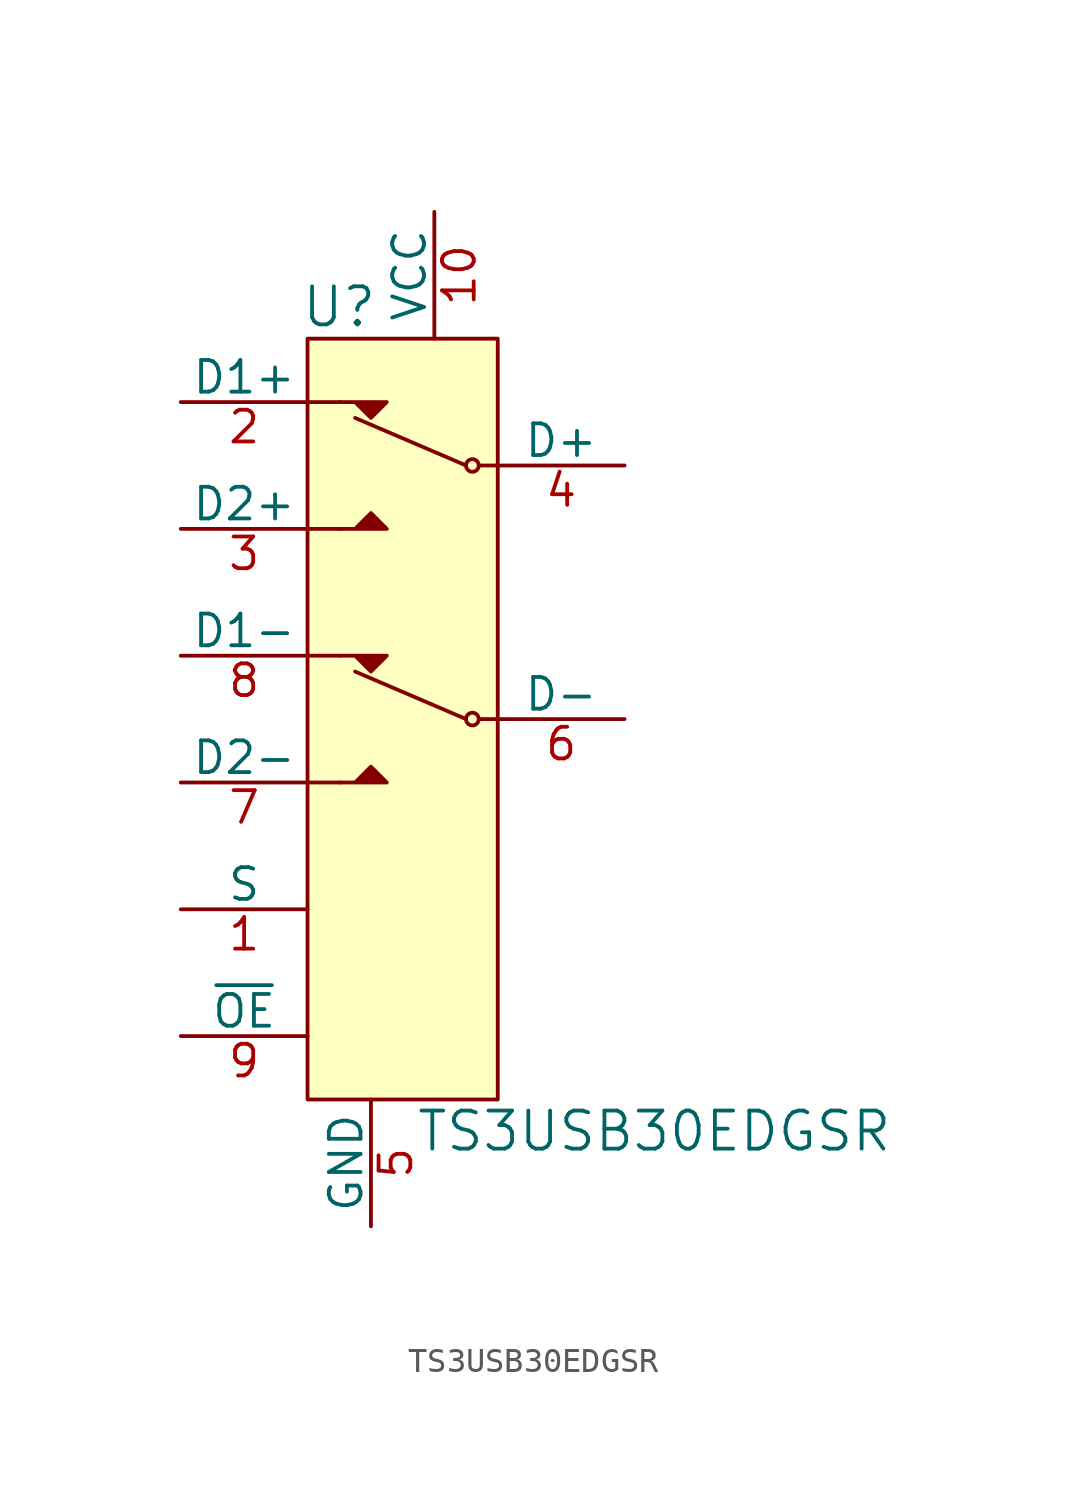
<source format=kicad_sym>
(kicad_symbol_lib
  (version 20231120)
  (generator "kicad_symbol_editor")
  (generator_version "8.0")
  (symbol "TS3USB30EDGSR"
    (pin_names
      (offset 0))
    (property "Reference" "U"
      (at -2.54 16.764 0)
      (effects (font (size 1.524 1.524))))
    (property "Value" "TS3USB30EDGSR"
      (at 0.508 -16.256 0)
      (effects (font (size 1.524 1.524)) (justify left)))
    (symbol "TS3USB30EDGSR_0_1"
      (rectangle (start -3.81 15.494) (end 3.81 -14.986) (stroke (width 0) (type default)) (fill (type background)))
      (polyline (pts (xy -3.81 -2.286) (xy -2.54 -2.286)) (stroke (width 0) (type default)) (fill (type none)))
      (polyline (pts (xy -3.81 7.874) (xy -2.54 7.874)) (stroke (width 0) (type default)) (fill (type none)))
      (polyline (pts (xy -2.54 2.794) (xy -3.81 2.794)) (stroke (width 0) (type default)) (fill (type none)))
      (polyline (pts (xy -2.54 12.954) (xy -3.81 12.954)) (stroke (width 0) (type default)) (fill (type none)))
      (polyline (pts (xy -1.905 2.159) (xy 2.54 0.254)) (stroke (width 0) (type default)) (fill (type none)))
      (polyline (pts (xy -1.905 12.319) (xy 2.54 10.414)) (stroke (width 0) (type default)) (fill (type none)))
      (polyline (pts (xy 3.048 0.254) (xy 3.81 0.254)) (stroke (width 0) (type default)) (fill (type none)))
      (polyline (pts (xy 3.048 10.414) (xy 3.81 10.414)) (stroke (width 0) (type default)) (fill (type none)))
      (polyline (pts (xy -2.54 -2.286) (xy -0.635 -2.286) (xy -1.27 -1.651) (xy -1.905 -2.286)) (stroke (width 0) (type default)) (fill (type outline)))
      (polyline (pts (xy -2.54 2.794) (xy -0.635 2.794) (xy -1.27 2.159) (xy -1.905 2.794)) (stroke (width 0) (type default)) (fill (type outline)))
      (polyline (pts (xy -2.54 7.874) (xy -0.635 7.874) (xy -1.27 8.509) (xy -1.905 7.874)) (stroke (width 0) (type default)) (fill (type outline)))
      (polyline (pts (xy -2.54 12.954) (xy -0.635 12.954) (xy -1.27 12.319) (xy -1.905 12.954)) (stroke (width 0) (type default)) (fill (type outline)))
      (circle (center 2.794 0.254) (radius 0.254) (stroke (width 0) (type default)) (fill (type none)))
      (circle (center 2.794 10.414) (radius 0.254) (stroke (width 0) (type default)) (fill (type none))))
    (symbol "TS3USB30EDGSR_1_1"
      (pin input line (at -8.89 -7.366 0) (length 5.08) (name "S" (effects (font (size 1.27 1.27)))) (number "1" (effects (font (size 1.27 1.27)))))
      (pin power_in line (at 1.27 20.574 270) (length 5.08) (name "VCC" (effects (font (size 1.27 1.27)))) (number "10" (effects (font (size 1.27 1.27)))))
      (pin bidirectional line (at -8.89 12.954 0) (length 5.08) (name "D1+" (effects (font (size 1.27 1.27)))) (number "2" (effects (font (size 1.27 1.27)))))
      (pin bidirectional line (at -8.89 7.874 0) (length 5.08) (name "D2+" (effects (font (size 1.27 1.27)))) (number "3" (effects (font (size 1.27 1.27)))))
      (pin bidirectional line (at 8.89 10.414 180) (length 5.08) (name "D+" (effects (font (size 1.27 1.27)))) (number "4" (effects (font (size 1.27 1.27)))))
      (pin power_in line (at -1.27 -20.066 90) (length 5.08) (name "GND" (effects (font (size 1.27 1.27)))) (number "5" (effects (font (size 1.27 1.27)))))
      (pin bidirectional line (at 8.89 0.254 180) (length 5.08) (name "D-" (effects (font (size 1.27 1.27)))) (number "6" (effects (font (size 1.27 1.27)))))
      (pin bidirectional line (at -8.89 -2.286 0) (length 5.08) (name "D2-" (effects (font (size 1.27 1.27)))) (number "7" (effects (font (size 1.27 1.27)))))
      (pin bidirectional line (at -8.89 2.794 0) (length 5.08) (name "D1-" (effects (font (size 1.27 1.27)))) (number "8" (effects (font (size 1.27 1.27)))))
      (pin input line (at -8.89 -12.446 0) (length 5.08) (name "~{OE}" (effects (font (size 1.27 1.27)))) (number "9" (effects (font (size 1.27 1.27))))))))
</source>
